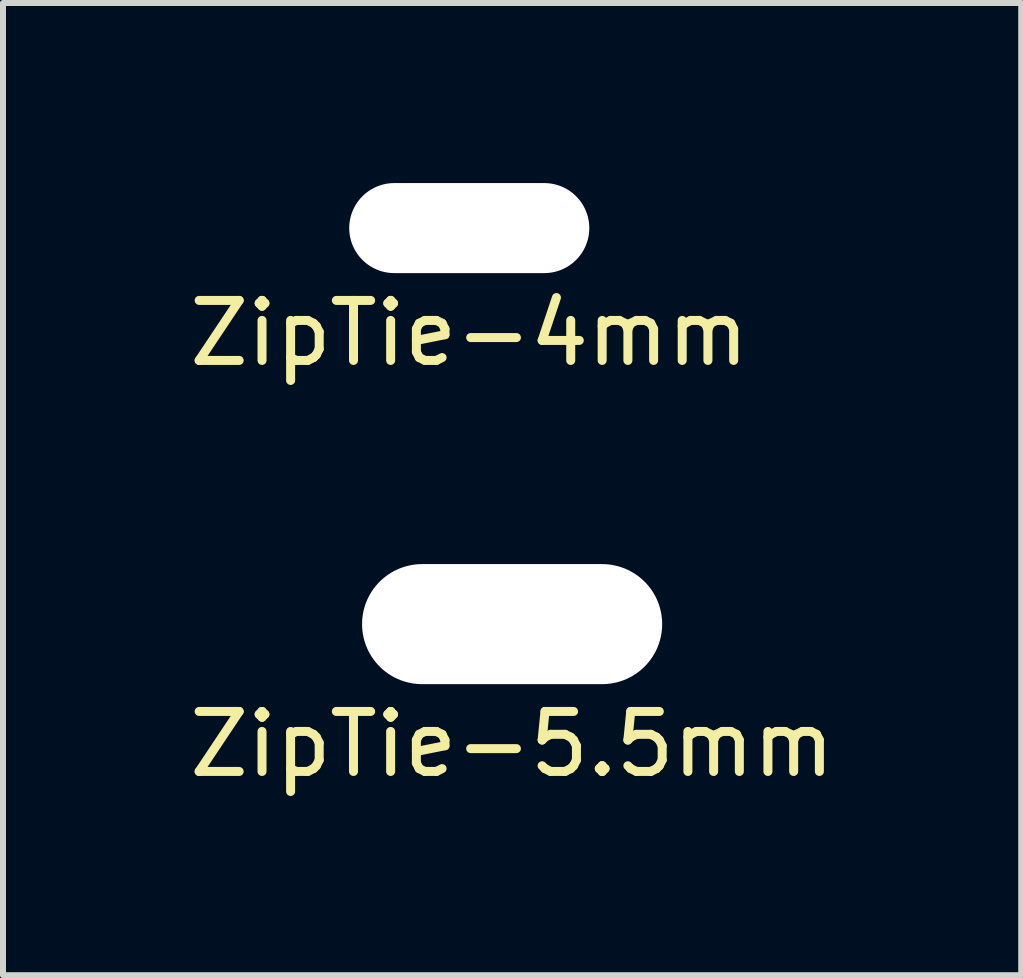
<source format=kicad_pcb>
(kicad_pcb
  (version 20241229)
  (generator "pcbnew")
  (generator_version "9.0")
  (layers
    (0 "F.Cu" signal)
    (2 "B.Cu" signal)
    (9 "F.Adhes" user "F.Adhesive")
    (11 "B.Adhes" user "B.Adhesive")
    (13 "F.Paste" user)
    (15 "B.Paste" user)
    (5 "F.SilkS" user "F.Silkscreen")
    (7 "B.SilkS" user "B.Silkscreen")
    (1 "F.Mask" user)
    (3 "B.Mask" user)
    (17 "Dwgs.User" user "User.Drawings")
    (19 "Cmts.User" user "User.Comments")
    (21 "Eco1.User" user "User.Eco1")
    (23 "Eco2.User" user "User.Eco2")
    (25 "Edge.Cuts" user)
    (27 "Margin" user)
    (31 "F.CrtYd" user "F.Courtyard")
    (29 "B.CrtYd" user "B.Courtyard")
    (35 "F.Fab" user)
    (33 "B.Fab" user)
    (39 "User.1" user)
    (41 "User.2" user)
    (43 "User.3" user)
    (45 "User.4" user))
  (footprint "ZipTie-5.5mm"
    (layer "F.Cu")
    (at 5.482 7.348)
    (property "Reference" "ZipTie-5.5mm" (at 0 2 0) (layer "F.SilkS") (effects (font (size 1 1) (thickness 0.15))))
    (attr through_hole)
    (pad "" np_thru_hole oval (at 0 0) (size 5 2) (drill oval 5 2) (layers "*.Cu" "*.Mask")))
  (footprint "ZipTie-4mm"
    (layer "F.Cu")
    (at 4.768 0.75)
    (property "Reference" "ZipTie-4mm" (at 0 1.75 0) (layer "F.SilkS") (effects (font (size 1 1) (thickness 0.15))))
    (attr through_hole)
    (pad "" np_thru_hole oval (at 0 0) (size 4 1.5) (drill oval 4 1.5) (layers "*.Cu" "*.Mask")))
  (gr_rect
    (start -3 -3)
    (end 13.964 13.197)
    (stroke (width 0.1) (type default))
    (fill no)
    (layer "Edge.Cuts")))
</source>
